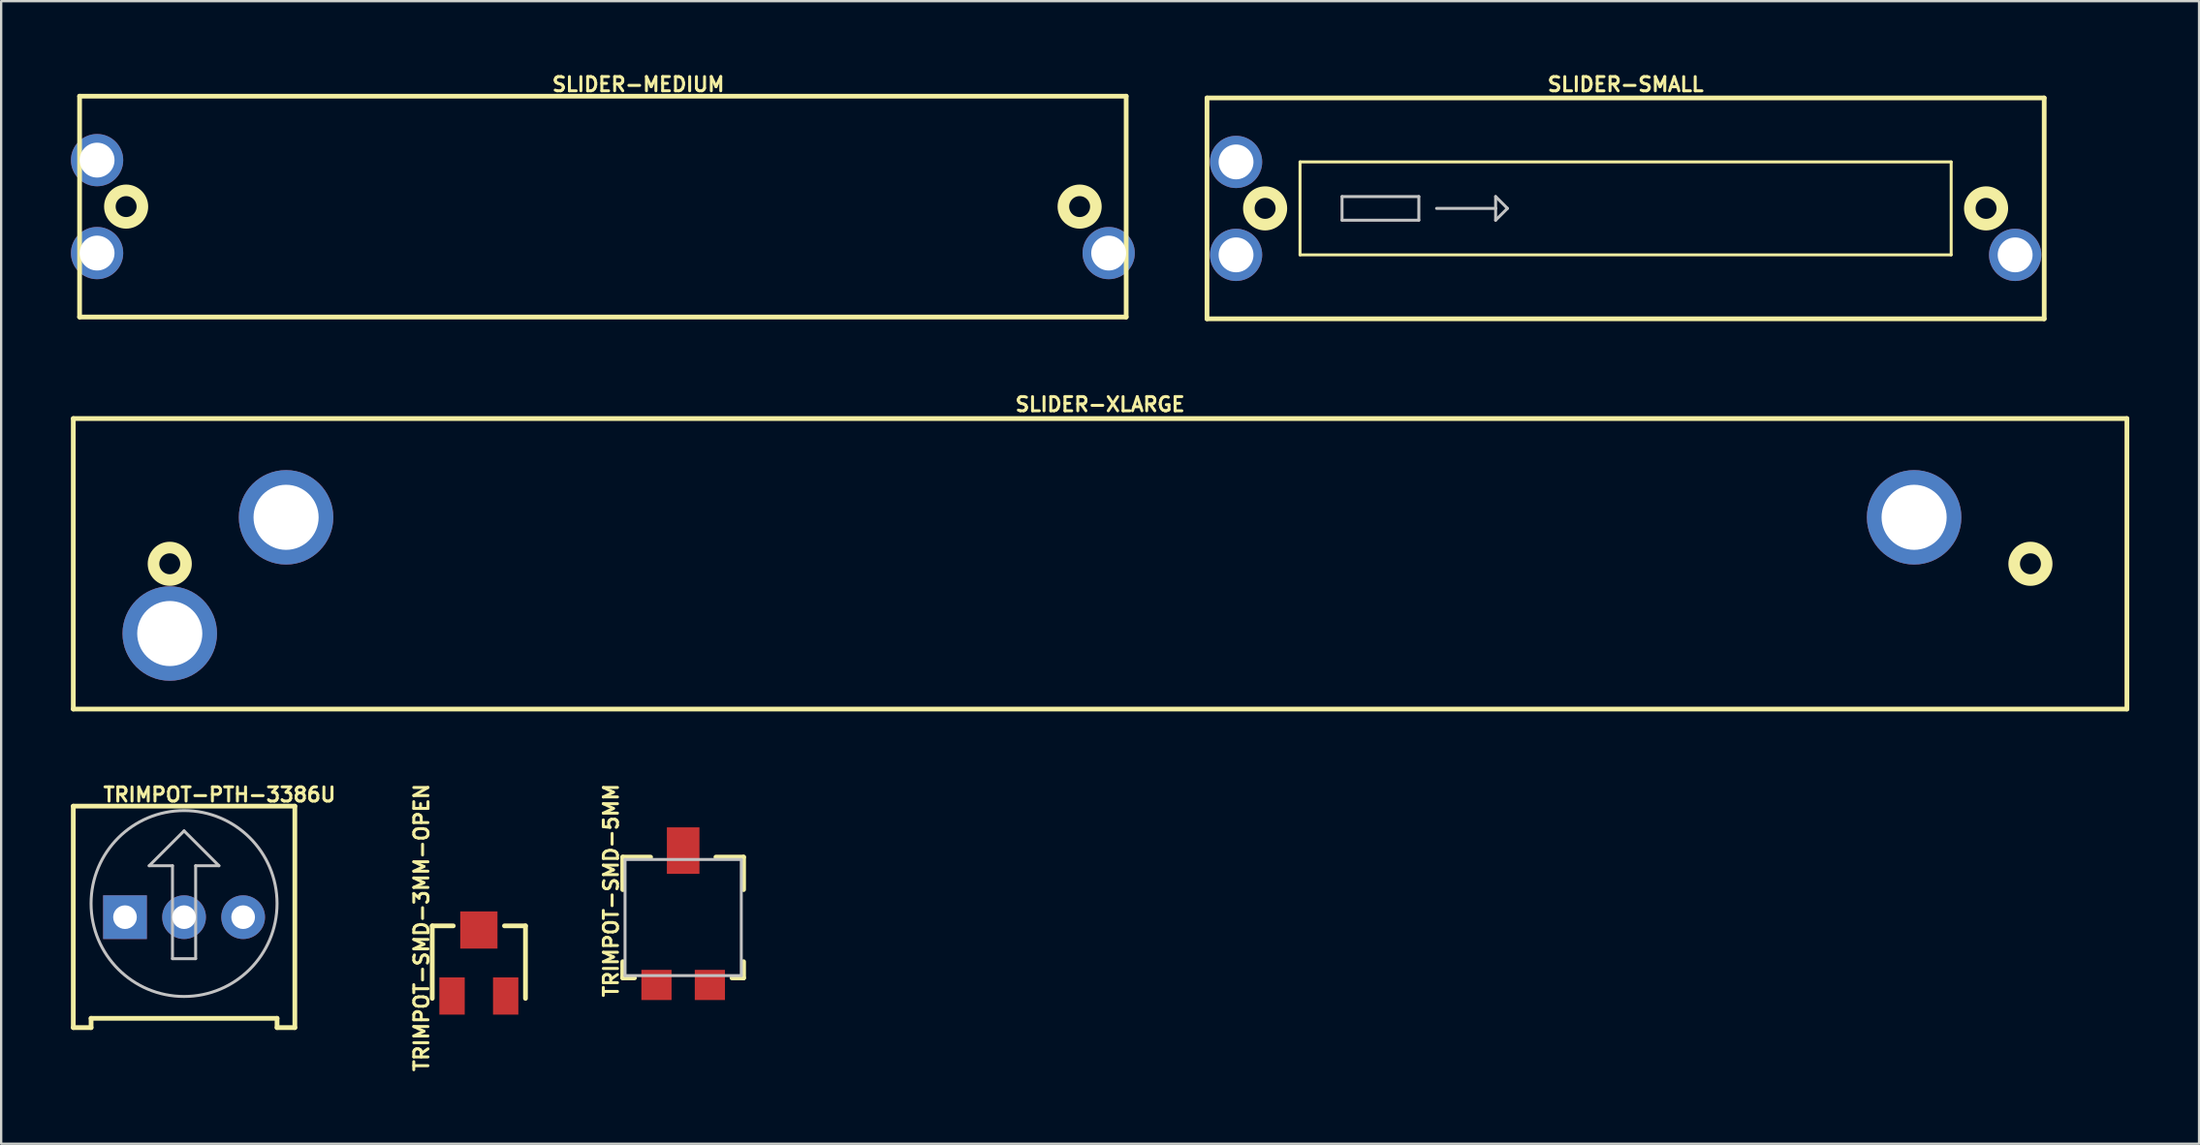
<source format=kicad_pcb>
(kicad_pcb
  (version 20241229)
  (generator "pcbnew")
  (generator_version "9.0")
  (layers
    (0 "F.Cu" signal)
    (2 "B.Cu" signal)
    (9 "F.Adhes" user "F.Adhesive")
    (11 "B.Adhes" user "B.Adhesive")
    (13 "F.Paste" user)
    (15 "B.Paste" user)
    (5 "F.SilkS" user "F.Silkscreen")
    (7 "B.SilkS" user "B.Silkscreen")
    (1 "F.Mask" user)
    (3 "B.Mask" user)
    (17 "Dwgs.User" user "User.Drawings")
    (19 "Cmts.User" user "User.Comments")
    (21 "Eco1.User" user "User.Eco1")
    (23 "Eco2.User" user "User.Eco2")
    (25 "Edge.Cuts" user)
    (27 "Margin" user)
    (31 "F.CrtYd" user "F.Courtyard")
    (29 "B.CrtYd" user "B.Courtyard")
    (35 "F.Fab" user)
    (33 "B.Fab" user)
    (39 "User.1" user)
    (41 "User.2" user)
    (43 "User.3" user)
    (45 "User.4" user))
  (footprint "SLIDER-MEDIUM"
    (layer "F.Cu")
    (at 22.871 5.837)
    (property "Reference" "SLIDER-MEDIUM" (at 1.524 -5.258 0) (layer "F.SilkS") (effects (font (size 0.61 0.61) (thickness 0.127))))
    (attr exclude_from_pos_files exclude_from_bom)
    (fp_line (start -22.499 -4.75) (end -22.499 4.75) (stroke (width 0.203) (type solid)) (layer "F.SilkS"))
    (fp_line (start -22.499 4.75) (end 22.499 4.75) (stroke (width 0.203) (type solid)) (layer "F.SilkS"))
    (fp_line (start 22.499 -4.75) (end -22.499 -4.75) (stroke (width 0.203) (type solid)) (layer "F.SilkS"))
    (fp_line (start 22.499 4.75) (end 22.499 -4.75) (stroke (width 0.203) (type solid)) (layer "F.SilkS"))
    (fp_circle (center -20.498 0) (end -20.498 -0.699) (stroke (width 0.498) (type solid)) (fill no) (layer "F.SilkS"))
    (fp_circle (center 20.498 0) (end 20.498 -0.699) (stroke (width 0.498) (type solid)) (fill no) (layer "F.SilkS"))
    (pad "BOTT" thru_hole circle (at 21.747 1.999) (size 2.248 2.248) (drill 1.499) (layers "*.Cu" "*.Paste" "*.Mask"))
    (pad "TOP" thru_hole circle (at -21.747 1.999) (size 2.248 2.248) (drill 1.499) (layers "*.Cu" "*.Paste" "*.Mask"))
    (pad "WIPE" thru_hole circle (at -21.747 -1.999) (size 2.248 2.248) (drill 1.499) (layers "*.Cu" "*.Paste" "*.Mask")))
  (footprint "TRIMPOT-SMD-5MM"
    (layer "F.Cu")
    (at 26.323 36.778)
    (property "Reference" "TRIMPOT-SMD-5MM" (at -3.099 -1.524 90) (layer "F.SilkS") (effects (font (size 0.61 0.61) (thickness 0.127))))
    (attr smd)
    (fp_line (start -2.598 -2.959) (end -2.598 -1.56) (stroke (width 0.203) (type solid)) (layer "F.SilkS"))
    (fp_line (start -2.598 2.238) (end -2.598 1.539) (stroke (width 0.203) (type solid)) (layer "F.SilkS"))
    (fp_line (start -2.093 2.238) (end -2.598 2.238) (stroke (width 0.203) (type solid)) (layer "F.SilkS"))
    (fp_line (start -1.4 -2.959) (end -2.598 -2.959) (stroke (width 0.203) (type solid)) (layer "F.SilkS"))
    (fp_line (start 1.407 -2.959) (end 2.598 -2.959) (stroke (width 0.203) (type solid)) (layer "F.SilkS"))
    (fp_line (start 2.098 2.238) (end 2.598 2.238) (stroke (width 0.203) (type solid)) (layer "F.SilkS"))
    (fp_line (start 2.598 -2.959) (end 2.598 -1.56) (stroke (width 0.203) (type solid)) (layer "F.SilkS"))
    (fp_line (start 2.598 2.238) (end 2.598 1.539) (stroke (width 0.203) (type solid)) (layer "F.SilkS"))
    (fp_line (start -2.499 -2.857) (end 2.499 -2.857) (stroke (width 0.127) (type solid)) (layer "Dwgs.User"))
    (fp_line (start -2.499 2.139) (end -2.499 -2.857) (stroke (width 0.127) (type solid)) (layer "Dwgs.User"))
    (fp_line (start 2.499 -2.857) (end 2.499 2.139) (stroke (width 0.127) (type solid)) (layer "Dwgs.User"))
    (fp_line (start 2.499 2.139) (end -2.499 2.139) (stroke (width 0.127) (type solid)) (layer "Dwgs.User"))
    (pad "A" smd rect (at 1.148 2.54) (size 1.298 1.298) (layers "F.Cu" "F.Mask" "F.Paste"))
    (pad "B" smd rect (at 0 -3.239 270) (size 1.999 1.4) (layers "F.Cu" "F.Mask" "F.Paste"))
    (pad "C" smd rect (at -1.148 2.54) (size 1.298 1.298) (layers "F.Cu" "F.Mask" "F.Paste")))
  (footprint "TRIMPOT-PTH-3386U"
    (layer "F.Cu")
    (at 4.864 36.39)
    (property "Reference" "TRIMPOT-PTH-3386U" (at 1.524 -5.258 0) (layer "F.SilkS") (effects (font (size 0.61 0.61) (thickness 0.127))))
    (attr exclude_from_pos_files exclude_from_bom)
    (fp_line (start -4.763 -4.763) (end -4.763 4.763) (stroke (width 0.203) (type solid)) (layer "F.SilkS"))
    (fp_line (start -4.763 4.763) (end -3.998 4.763) (stroke (width 0.203) (type solid)) (layer "F.SilkS"))
    (fp_line (start -3.998 4.364) (end 3.998 4.364) (stroke (width 0.203) (type solid)) (layer "F.SilkS"))
    (fp_line (start -3.998 4.763) (end -3.998 4.364) (stroke (width 0.203) (type solid)) (layer "F.SilkS"))
    (fp_line (start 3.998 4.364) (end 3.998 4.763) (stroke (width 0.203) (type solid)) (layer "F.SilkS"))
    (fp_line (start 3.998 4.763) (end 4.763 4.763) (stroke (width 0.203) (type solid)) (layer "F.SilkS"))
    (fp_line (start 4.763 -4.763) (end -4.763 -4.763) (stroke (width 0.203) (type solid)) (layer "F.SilkS"))
    (fp_line (start 4.763 4.763) (end 4.763 -4.763) (stroke (width 0.203) (type solid)) (layer "F.SilkS"))
    (fp_line (start -1.499 -2.2) (end -0.498 -2.2) (stroke (width 0.127) (type solid)) (layer "Dwgs.User"))
    (fp_line (start -0.498 -2.2) (end -0.498 1.798) (stroke (width 0.127) (type solid)) (layer "Dwgs.User"))
    (fp_line (start -0.498 1.798) (end 0.498 1.798) (stroke (width 0.127) (type solid)) (layer "Dwgs.User"))
    (fp_line (start 0 -3.698) (end -1.499 -2.2) (stroke (width 0.127) (type solid)) (layer "Dwgs.User"))
    (fp_line (start 0.498 -2.2) (end 1.499 -2.2) (stroke (width 0.127) (type solid)) (layer "Dwgs.User"))
    (fp_line (start 0.498 1.798) (end 0.498 -2.2) (stroke (width 0.127) (type solid)) (layer "Dwgs.User"))
    (fp_line (start 1.499 -2.2) (end 0 -3.698) (stroke (width 0.127) (type solid)) (layer "Dwgs.User"))
    (fp_circle (center 0 -0.574) (end 0 -4.572) (stroke (width 0.127) (type solid)) (fill no) (layer "Dwgs.User"))
    (pad "1" thru_hole rect (at -2.54 0.013) (size 1.88 1.88) (drill 1.016) (layers "*.Cu" "*.Paste" "*.Mask"))
    (pad "2" thru_hole circle (at 0 0.013) (size 1.88 1.88) (drill 1.016) (layers "*.Cu" "*.Paste" "*.Mask"))
    (pad "3" thru_hole circle (at 2.54 0.013) (size 1.88 1.88) (drill 1.016) (layers "*.Cu" "*.Paste" "*.Mask")))
  (footprint "TRIMPOT-SMD-3MM-OPEN"
    (layer "F.Cu")
    (at 17.539 38.375)
    (property "Reference" "TRIMPOT-SMD-3MM-OPEN" (at -2.464 -1.524 90) (layer "F.SilkS") (effects (font (size 0.61 0.61) (thickness 0.127))))
    (attr smd)
    (fp_line (start -2.004 -1.598) (end -2.004 1.521) (stroke (width 0.203) (type solid)) (layer "F.SilkS"))
    (fp_line (start -1.1 -1.598) (end -2.004 -1.598) (stroke (width 0.203) (type solid)) (layer "F.SilkS"))
    (fp_line (start 1.1 -1.598) (end 2.004 -1.598) (stroke (width 0.203) (type solid)) (layer "F.SilkS"))
    (fp_line (start 2.004 -1.598) (end 2.004 1.521) (stroke (width 0.203) (type solid)) (layer "F.SilkS"))
    (pad "1" smd rect (at -1.153 1.42) (size 1.09 1.6) (layers "F.Cu" "F.Mask" "F.Paste"))
    (pad "2" smd rect (at 0 -1.42) (size 1.6 1.6) (layers "F.Cu" "F.Mask" "F.Paste"))
    (pad "3" smd rect (at 1.153 1.42) (size 1.09 1.6) (layers "F.Cu" "F.Mask" "F.Paste")))
  (footprint "SLIDER-SMALL"
    (layer "F.Cu")
    (at 66.843 5.914)
    (property "Reference" "SLIDER-SMALL" (at 0 -5.334 0) (layer "F.SilkS") (effects (font (size 0.61 0.61) (thickness 0.127))))
    (attr exclude_from_pos_files exclude_from_bom)
    (fp_line (start -17.998 -4.75) (end -17.998 4.75) (stroke (width 0.203) (type solid)) (layer "F.SilkS"))
    (fp_line (start -17.998 4.75) (end 17.998 4.75) (stroke (width 0.203) (type solid)) (layer "F.SilkS"))
    (fp_line (start -13.998 -1.999) (end -13.998 1.999) (stroke (width 0.127) (type solid)) (layer "F.SilkS"))
    (fp_line (start -13.998 1.999) (end 13.998 1.999) (stroke (width 0.127) (type solid)) (layer "F.SilkS"))
    (fp_line (start 13.998 -1.999) (end -13.998 -1.999) (stroke (width 0.127) (type solid)) (layer "F.SilkS"))
    (fp_line (start 13.998 1.999) (end 13.998 -1.999) (stroke (width 0.127) (type solid)) (layer "F.SilkS"))
    (fp_line (start 17.998 -4.75) (end -17.998 -4.75) (stroke (width 0.203) (type solid)) (layer "F.SilkS"))
    (fp_line (start 17.998 4.75) (end 17.998 -4.75) (stroke (width 0.203) (type solid)) (layer "F.SilkS"))
    (fp_circle (center -15.499 0) (end -15.499 -0.699) (stroke (width 0.498) (type solid)) (fill no) (layer "F.SilkS"))
    (fp_circle (center 15.499 0) (end 15.499 -0.699) (stroke (width 0.498) (type solid)) (fill no) (layer "F.SilkS"))
    (fp_line (start -12.192 -0.508) (end -8.89 -0.508) (stroke (width 0.127) (type solid)) (layer "Dwgs.User"))
    (fp_line (start -12.192 0.508) (end -12.192 -0.508) (stroke (width 0.127) (type solid)) (layer "Dwgs.User"))
    (fp_line (start -8.89 -0.508) (end -8.89 0.508) (stroke (width 0.127) (type solid)) (layer "Dwgs.User"))
    (fp_line (start -8.89 0.508) (end -12.192 0.508) (stroke (width 0.127) (type solid)) (layer "Dwgs.User"))
    (fp_line (start -8.128 0) (end -5.588 0) (stroke (width 0.127) (type solid)) (layer "Dwgs.User"))
    (fp_line (start -5.588 -0.508) (end -5.588 0) (stroke (width 0.127) (type solid)) (layer "Dwgs.User"))
    (fp_line (start -5.588 0) (end -5.588 0.508) (stroke (width 0.127) (type solid)) (layer "Dwgs.User"))
    (fp_line (start -5.588 0.508) (end -5.08 0) (stroke (width 0.127) (type solid)) (layer "Dwgs.User"))
    (fp_line (start -5.08 0) (end -5.588 -0.508) (stroke (width 0.127) (type solid)) (layer "Dwgs.User"))
    (pad "BOTT" thru_hole circle (at 16.749 1.999) (size 2.248 2.248) (drill 1.499) (layers "*.Cu" "*.Paste" "*.Mask"))
    (pad "TOP" thru_hole circle (at -16.749 1.999) (size 2.248 2.248) (drill 1.499) (layers "*.Cu" "*.Paste" "*.Mask"))
    (pad "WIPE" thru_hole circle (at -16.749 -1.999) (size 2.248 2.248) (drill 1.499) (layers "*.Cu" "*.Paste" "*.Mask")))
  (footprint "SLIDER-XLARGE"
    (layer "F.Cu")
    (at 44.249 21.202)
    (property "Reference" "SLIDER-XLARGE" (at 0 -6.858 0) (layer "F.SilkS") (effects (font (size 0.61 0.61) (thickness 0.127))))
    (attr exclude_from_pos_files exclude_from_bom)
    (fp_line (start -44.148 -6.248) (end -44.148 6.248) (stroke (width 0.203) (type solid)) (layer "F.SilkS"))
    (fp_line (start -44.148 6.248) (end 44.148 6.248) (stroke (width 0.203) (type solid)) (layer "F.SilkS"))
    (fp_line (start 44.148 -6.248) (end -44.148 -6.248) (stroke (width 0.203) (type solid)) (layer "F.SilkS"))
    (fp_line (start 44.148 6.248) (end 44.148 -6.248) (stroke (width 0.203) (type solid)) (layer "F.SilkS"))
    (fp_circle (center -40 0) (end -40 -0.699) (stroke (width 0.498) (type solid)) (fill no) (layer "F.SilkS"))
    (fp_circle (center 40 0) (end 40 -0.699) (stroke (width 0.498) (type solid)) (fill no) (layer "F.SilkS"))
    (pad "1" thru_hole circle (at -34.999 -1.999) (size 4.064 4.064) (drill 2.799) (layers "*.Cu" "*.Paste" "*.Mask"))
    (pad "2A" thru_hole circle (at -40 3) (size 4.064 4.064) (drill 2.799) (layers "*.Cu" "*.Paste" "*.Mask"))
    (pad "3" thru_hole circle (at 34.999 -1.999) (size 4.064 4.064) (drill 2.799) (layers "*.Cu" "*.Paste" "*.Mask")))
  (gr_rect
    (start -3 -3)
    (end 91.499 46.149)
    (stroke (width 0.1) (type default))
    (fill no)
    (layer "Edge.Cuts")))
</source>
